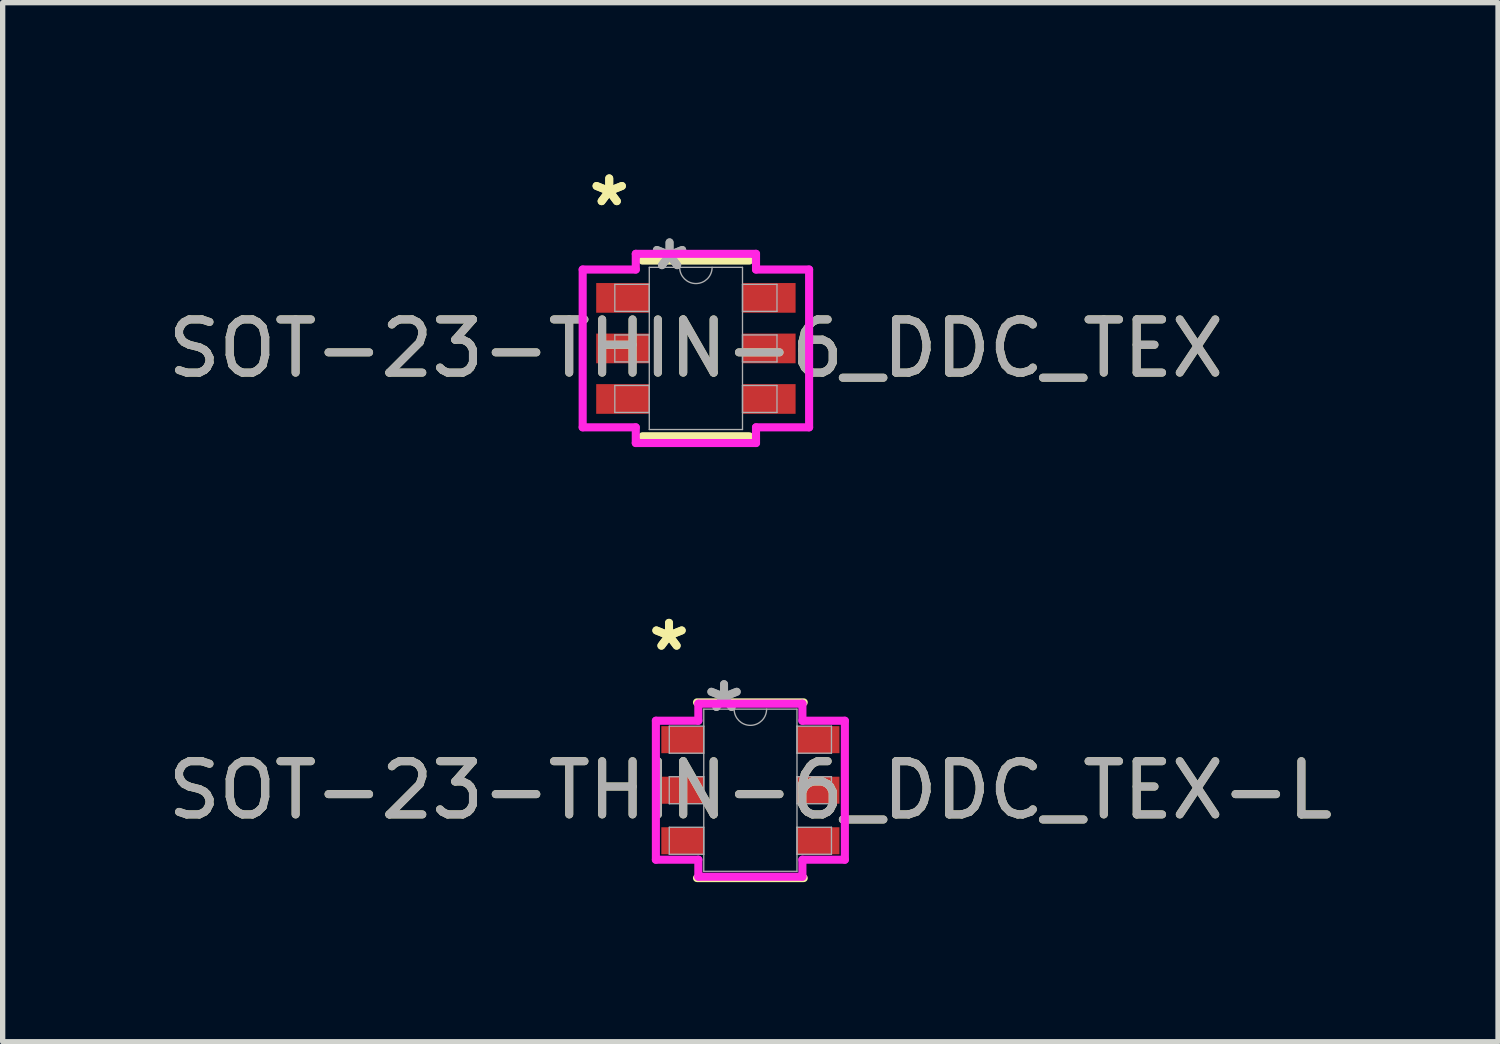
<source format=kicad_pcb>
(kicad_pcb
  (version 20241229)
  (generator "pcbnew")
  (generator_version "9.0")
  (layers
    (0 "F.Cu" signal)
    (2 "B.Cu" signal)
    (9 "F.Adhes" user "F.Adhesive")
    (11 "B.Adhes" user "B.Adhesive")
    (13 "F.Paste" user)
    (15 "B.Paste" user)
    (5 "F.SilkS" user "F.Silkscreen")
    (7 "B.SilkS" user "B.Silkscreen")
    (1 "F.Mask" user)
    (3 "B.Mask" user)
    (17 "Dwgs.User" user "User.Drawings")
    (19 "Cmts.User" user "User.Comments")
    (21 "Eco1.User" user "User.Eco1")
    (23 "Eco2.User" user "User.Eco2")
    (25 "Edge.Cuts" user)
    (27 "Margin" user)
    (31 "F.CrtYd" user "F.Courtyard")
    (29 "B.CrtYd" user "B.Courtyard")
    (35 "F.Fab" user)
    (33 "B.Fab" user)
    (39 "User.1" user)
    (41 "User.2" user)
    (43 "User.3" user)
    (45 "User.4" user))
  (footprint "SOT-23-THIN-6_DDC_TEX-L"
    (layer "F.Cu")
    (at 11.054 11.803)
    (property "Reference" "SOT-23-THIN-6_DDC_TEX-L" (at 0 0 0) (unlocked yes) (layer "F.SilkS") (effects (font (size 1 1) (thickness 0.15))))
    (attr smd)
    (fp_line (start -1.003 1.651) (end 1.003 1.651) (stroke (width 0.152) (type solid)) (layer "F.SilkS"))
    (fp_line (start 1.003 -1.651) (end -1.003 -1.651) (stroke (width 0.152) (type solid)) (layer "F.SilkS"))
    (fp_line (start -1.776 -1.306) (end -0.978 -1.306) (stroke (width 0.152) (type solid)) (layer "F.CrtYd"))
    (fp_line (start -1.776 1.306) (end -1.776 -1.306) (stroke (width 0.152) (type solid)) (layer "F.CrtYd"))
    (fp_line (start -1.776 1.306) (end -0.978 1.306) (stroke (width 0.152) (type solid)) (layer "F.CrtYd"))
    (fp_line (start -0.978 -1.626) (end 0.978 -1.626) (stroke (width 0.152) (type solid)) (layer "F.CrtYd"))
    (fp_line (start -0.978 -1.306) (end -0.978 -1.626) (stroke (width 0.152) (type solid)) (layer "F.CrtYd"))
    (fp_line (start -0.978 1.626) (end -0.978 1.306) (stroke (width 0.152) (type solid)) (layer "F.CrtYd"))
    (fp_line (start 0.978 -1.626) (end 0.978 -1.306) (stroke (width 0.152) (type solid)) (layer "F.CrtYd"))
    (fp_line (start 0.978 1.306) (end 0.978 1.626) (stroke (width 0.152) (type solid)) (layer "F.CrtYd"))
    (fp_line (start 0.978 1.626) (end -0.978 1.626) (stroke (width 0.152) (type solid)) (layer "F.CrtYd"))
    (fp_line (start 1.776 -1.306) (end 0.978 -1.306) (stroke (width 0.152) (type solid)) (layer "F.CrtYd"))
    (fp_line (start 1.776 -1.306) (end 1.776 1.306) (stroke (width 0.152) (type solid)) (layer "F.CrtYd"))
    (fp_line (start 1.776 1.306) (end 0.978 1.306) (stroke (width 0.152) (type solid)) (layer "F.CrtYd"))
    (fp_line (start -1.524 -1.204) (end -1.524 -0.696) (stroke (width 0.025) (type solid)) (layer "F.Fab"))
    (fp_line (start -1.524 -0.696) (end -0.876 -0.696) (stroke (width 0.025) (type solid)) (layer "F.Fab"))
    (fp_line (start -1.524 -0.254) (end -1.524 0.254) (stroke (width 0.025) (type solid)) (layer "F.Fab"))
    (fp_line (start -1.524 0.254) (end -0.876 0.254) (stroke (width 0.025) (type solid)) (layer "F.Fab"))
    (fp_line (start -1.524 0.696) (end -1.524 1.204) (stroke (width 0.025) (type solid)) (layer "F.Fab"))
    (fp_line (start -1.524 1.204) (end -0.876 1.204) (stroke (width 0.025) (type solid)) (layer "F.Fab"))
    (fp_line (start -0.876 -1.524) (end -0.876 1.524) (stroke (width 0.025) (type solid)) (layer "F.Fab"))
    (fp_line (start -0.876 -1.204) (end -1.524 -1.204) (stroke (width 0.025) (type solid)) (layer "F.Fab"))
    (fp_line (start -0.876 -0.696) (end -0.876 -1.204) (stroke (width 0.025) (type solid)) (layer "F.Fab"))
    (fp_line (start -0.876 -0.254) (end -1.524 -0.254) (stroke (width 0.025) (type solid)) (layer "F.Fab"))
    (fp_line (start -0.876 0.254) (end -0.876 -0.254) (stroke (width 0.025) (type solid)) (layer "F.Fab"))
    (fp_line (start -0.876 0.696) (end -1.524 0.696) (stroke (width 0.025) (type solid)) (layer "F.Fab"))
    (fp_line (start -0.876 1.204) (end -0.876 0.696) (stroke (width 0.025) (type solid)) (layer "F.Fab"))
    (fp_line (start -0.876 1.524) (end 0.876 1.524) (stroke (width 0.025) (type solid)) (layer "F.Fab"))
    (fp_line (start 0.876 -1.524) (end -0.876 -1.524) (stroke (width 0.025) (type solid)) (layer "F.Fab"))
    (fp_line (start 0.876 -1.204) (end 0.876 -0.696) (stroke (width 0.025) (type solid)) (layer "F.Fab"))
    (fp_line (start 0.876 -0.696) (end 1.524 -0.696) (stroke (width 0.025) (type solid)) (layer "F.Fab"))
    (fp_line (start 0.876 -0.254) (end 0.876 0.254) (stroke (width 0.025) (type solid)) (layer "F.Fab"))
    (fp_line (start 0.876 0.254) (end 1.524 0.254) (stroke (width 0.025) (type solid)) (layer "F.Fab"))
    (fp_line (start 0.876 0.696) (end 0.876 1.204) (stroke (width 0.025) (type solid)) (layer "F.Fab"))
    (fp_line (start 0.876 1.204) (end 1.524 1.204) (stroke (width 0.025) (type solid)) (layer "F.Fab"))
    (fp_line (start 0.876 1.524) (end 0.876 -1.524) (stroke (width 0.025) (type solid)) (layer "F.Fab"))
    (fp_line (start 1.524 -1.204) (end 0.876 -1.204) (stroke (width 0.025) (type solid)) (layer "F.Fab"))
    (fp_line (start 1.524 -0.696) (end 1.524 -1.204) (stroke (width 0.025) (type solid)) (layer "F.Fab"))
    (fp_line (start 1.524 -0.254) (end 0.876 -0.254) (stroke (width 0.025) (type solid)) (layer "F.Fab"))
    (fp_line (start 1.524 0.254) (end 1.524 -0.254) (stroke (width 0.025) (type solid)) (layer "F.Fab"))
    (fp_line (start 1.524 0.696) (end 0.876 0.696) (stroke (width 0.025) (type solid)) (layer "F.Fab"))
    (fp_line (start 1.524 1.204) (end 1.524 0.696) (stroke (width 0.025) (type solid)) (layer "F.Fab"))
    (fp_arc (start 0.3048 -1.524) (mid 0 -1.2192) (end -0.3048 -1.524) (stroke (width 0.0254) (type solid)) (layer "F.Fab"))
    (fp_text user "*" (at -1.529 -2.601 0) (layer "F.SilkS") (effects (font (size 1 1) (thickness 0.15))))
    (fp_text user "*" (at -1.529 -2.601 0) (unlocked yes) (layer "F.SilkS") (effects (font (size 1 1) (thickness 0.15))))
    (fp_text user "*" (at -0.495 -1.448 0) (unlocked yes) (layer "F.Fab") (effects (font (size 1 1) (thickness 0.15))))
    (fp_text user "${REFERENCE}" (at 0 0 0) (unlocked yes) (layer "F.Fab") (effects (font (size 1 1) (thickness 0.15))))
    (fp_text user "*" (at -0.495 -1.448 0) (layer "F.Fab") (effects (font (size 1 1) (thickness 0.15))))
    (pad "1" smd rect (at -1.275 -0.95) (size 0.798 0.508) (layers "F.Cu" "F.Mask" "F.Paste"))
    (pad "2" smd rect (at -1.275 0) (size 0.798 0.508) (layers "F.Cu" "F.Mask" "F.Paste"))
    (pad "3" smd rect (at -1.275 0.95) (size 0.798 0.508) (layers "F.Cu" "F.Mask" "F.Paste"))
    (pad "4" smd rect (at 1.275 0.95) (size 0.798 0.508) (layers "F.Cu" "F.Mask" "F.Paste"))
    (pad "5" smd rect (at 1.275 0) (size 0.798 0.508) (layers "F.Cu" "F.Mask" "F.Paste"))
    (pad "6" smd rect (at 1.275 -0.95) (size 0.798 0.508) (layers "F.Cu" "F.Mask" "F.Paste")))
  (footprint "SOT-23-THIN-6_DDC_TEX"
    (layer "F.Cu")
    (at 10.03 3.499)
    (property "Reference" "SOT-23-THIN-6_DDC_TEX" (at 0 0 0) (unlocked yes) (layer "F.SilkS") (effects (font (size 1 1) (thickness 0.15))))
    (attr smd)
    (fp_line (start -1.003 1.651) (end 1.003 1.651) (stroke (width 0.152) (type solid)) (layer "F.SilkS"))
    (fp_line (start 1.003 -1.651) (end -1.003 -1.651) (stroke (width 0.152) (type solid)) (layer "F.SilkS"))
    (fp_line (start -2.128 -1.483) (end -1.13 -1.483) (stroke (width 0.152) (type solid)) (layer "F.CrtYd"))
    (fp_line (start -2.128 1.483) (end -2.128 -1.483) (stroke (width 0.152) (type solid)) (layer "F.CrtYd"))
    (fp_line (start -2.128 1.483) (end -1.13 1.483) (stroke (width 0.152) (type solid)) (layer "F.CrtYd"))
    (fp_line (start -1.13 -1.778) (end 1.13 -1.778) (stroke (width 0.152) (type solid)) (layer "F.CrtYd"))
    (fp_line (start -1.13 -1.483) (end -1.13 -1.778) (stroke (width 0.152) (type solid)) (layer "F.CrtYd"))
    (fp_line (start -1.13 1.778) (end -1.13 1.483) (stroke (width 0.152) (type solid)) (layer "F.CrtYd"))
    (fp_line (start 1.13 -1.778) (end 1.13 -1.483) (stroke (width 0.152) (type solid)) (layer "F.CrtYd"))
    (fp_line (start 1.13 1.483) (end 1.13 1.778) (stroke (width 0.152) (type solid)) (layer "F.CrtYd"))
    (fp_line (start 1.13 1.778) (end -1.13 1.778) (stroke (width 0.152) (type solid)) (layer "F.CrtYd"))
    (fp_line (start 2.128 -1.483) (end 1.13 -1.483) (stroke (width 0.152) (type solid)) (layer "F.CrtYd"))
    (fp_line (start 2.128 -1.483) (end 2.128 1.483) (stroke (width 0.152) (type solid)) (layer "F.CrtYd"))
    (fp_line (start 2.128 1.483) (end 1.13 1.483) (stroke (width 0.152) (type solid)) (layer "F.CrtYd"))
    (fp_line (start -1.524 -1.204) (end -1.524 -0.696) (stroke (width 0.025) (type solid)) (layer "F.Fab"))
    (fp_line (start -1.524 -0.696) (end -0.876 -0.696) (stroke (width 0.025) (type solid)) (layer "F.Fab"))
    (fp_line (start -1.524 -0.254) (end -1.524 0.254) (stroke (width 0.025) (type solid)) (layer "F.Fab"))
    (fp_line (start -1.524 0.254) (end -0.876 0.254) (stroke (width 0.025) (type solid)) (layer "F.Fab"))
    (fp_line (start -1.524 0.696) (end -1.524 1.204) (stroke (width 0.025) (type solid)) (layer "F.Fab"))
    (fp_line (start -1.524 1.204) (end -0.876 1.204) (stroke (width 0.025) (type solid)) (layer "F.Fab"))
    (fp_line (start -0.876 -1.524) (end -0.876 1.524) (stroke (width 0.025) (type solid)) (layer "F.Fab"))
    (fp_line (start -0.876 -1.204) (end -1.524 -1.204) (stroke (width 0.025) (type solid)) (layer "F.Fab"))
    (fp_line (start -0.876 -0.696) (end -0.876 -1.204) (stroke (width 0.025) (type solid)) (layer "F.Fab"))
    (fp_line (start -0.876 -0.254) (end -1.524 -0.254) (stroke (width 0.025) (type solid)) (layer "F.Fab"))
    (fp_line (start -0.876 0.254) (end -0.876 -0.254) (stroke (width 0.025) (type solid)) (layer "F.Fab"))
    (fp_line (start -0.876 0.696) (end -1.524 0.696) (stroke (width 0.025) (type solid)) (layer "F.Fab"))
    (fp_line (start -0.876 1.204) (end -0.876 0.696) (stroke (width 0.025) (type solid)) (layer "F.Fab"))
    (fp_line (start -0.876 1.524) (end 0.876 1.524) (stroke (width 0.025) (type solid)) (layer "F.Fab"))
    (fp_line (start 0.876 -1.524) (end -0.876 -1.524) (stroke (width 0.025) (type solid)) (layer "F.Fab"))
    (fp_line (start 0.876 -1.204) (end 0.876 -0.696) (stroke (width 0.025) (type solid)) (layer "F.Fab"))
    (fp_line (start 0.876 -0.696) (end 1.524 -0.696) (stroke (width 0.025) (type solid)) (layer "F.Fab"))
    (fp_line (start 0.876 -0.254) (end 0.876 0.254) (stroke (width 0.025) (type solid)) (layer "F.Fab"))
    (fp_line (start 0.876 0.254) (end 1.524 0.254) (stroke (width 0.025) (type solid)) (layer "F.Fab"))
    (fp_line (start 0.876 0.696) (end 0.876 1.204) (stroke (width 0.025) (type solid)) (layer "F.Fab"))
    (fp_line (start 0.876 1.204) (end 1.524 1.204) (stroke (width 0.025) (type solid)) (layer "F.Fab"))
    (fp_line (start 0.876 1.524) (end 0.876 -1.524) (stroke (width 0.025) (type solid)) (layer "F.Fab"))
    (fp_line (start 1.524 -1.204) (end 0.876 -1.204) (stroke (width 0.025) (type solid)) (layer "F.Fab"))
    (fp_line (start 1.524 -0.696) (end 1.524 -1.204) (stroke (width 0.025) (type solid)) (layer "F.Fab"))
    (fp_line (start 1.524 -0.254) (end 0.876 -0.254) (stroke (width 0.025) (type solid)) (layer "F.Fab"))
    (fp_line (start 1.524 0.254) (end 1.524 -0.254) (stroke (width 0.025) (type solid)) (layer "F.Fab"))
    (fp_line (start 1.524 0.696) (end 0.876 0.696) (stroke (width 0.025) (type solid)) (layer "F.Fab"))
    (fp_line (start 1.524 1.204) (end 1.524 0.696) (stroke (width 0.025) (type solid)) (layer "F.Fab"))
    (fp_arc (start 0.3048 -1.524) (mid 0 -1.2192) (end -0.3048 -1.524) (stroke (width 0.0254) (type solid)) (layer "F.Fab"))
    (fp_text user "*" (at -1.629 -2.651 0) (layer "F.SilkS") (effects (font (size 1 1) (thickness 0.15))))
    (fp_text user "*" (at -1.629 -2.651 0) (unlocked yes) (layer "F.SilkS") (effects (font (size 1 1) (thickness 0.15))))
    (fp_text user "${REFERENCE}" (at 0 0 0) (unlocked yes) (layer "F.Fab") (effects (font (size 1 1) (thickness 0.15))))
    (fp_text user "*" (at -0.495 -1.448 0) (layer "F.Fab") (effects (font (size 1 1) (thickness 0.15))))
    (fp_text user "*" (at -0.495 -1.448 0) (unlocked yes) (layer "F.Fab") (effects (font (size 1 1) (thickness 0.15))))
    (pad "1" smd rect (at -1.375 -0.95) (size 0.998 0.558) (layers "F.Cu" "F.Mask" "F.Paste"))
    (pad "2" smd rect (at -1.375 0) (size 0.998 0.558) (layers "F.Cu" "F.Mask" "F.Paste"))
    (pad "3" smd rect (at -1.375 0.95) (size 0.998 0.558) (layers "F.Cu" "F.Mask" "F.Paste"))
    (pad "4" smd rect (at 1.375 0.95) (size 0.998 0.558) (layers "F.Cu" "F.Mask" "F.Paste"))
    (pad "5" smd rect (at 1.375 0) (size 0.998 0.558) (layers "F.Cu" "F.Mask" "F.Paste"))
    (pad "6" smd rect (at 1.375 -0.95) (size 0.998 0.558) (layers "F.Cu" "F.Mask" "F.Paste")))
  (gr_rect
    (start -3 -3)
    (end 25.107 16.53)
    (stroke (width 0.1) (type default))
    (fill no)
    (layer "Edge.Cuts")))
</source>
